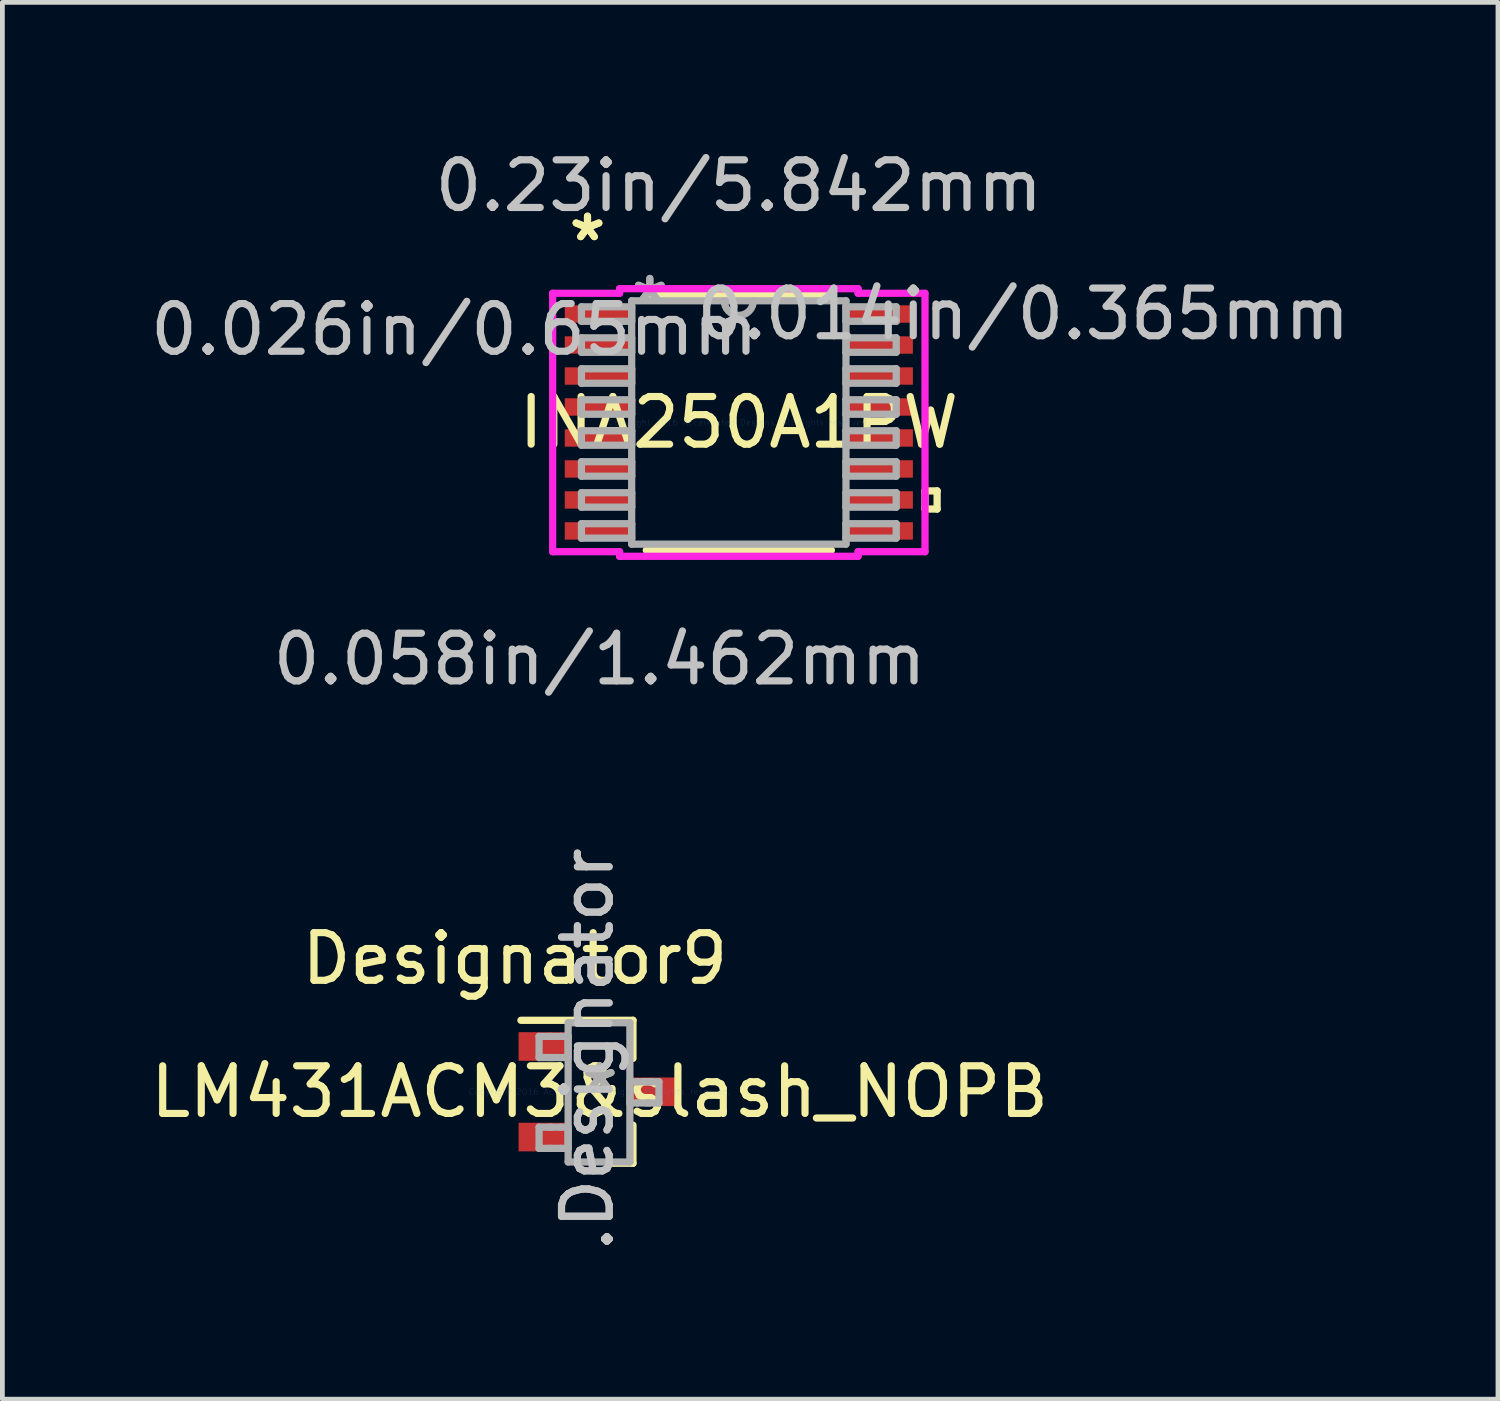
<source format=kicad_pcb>
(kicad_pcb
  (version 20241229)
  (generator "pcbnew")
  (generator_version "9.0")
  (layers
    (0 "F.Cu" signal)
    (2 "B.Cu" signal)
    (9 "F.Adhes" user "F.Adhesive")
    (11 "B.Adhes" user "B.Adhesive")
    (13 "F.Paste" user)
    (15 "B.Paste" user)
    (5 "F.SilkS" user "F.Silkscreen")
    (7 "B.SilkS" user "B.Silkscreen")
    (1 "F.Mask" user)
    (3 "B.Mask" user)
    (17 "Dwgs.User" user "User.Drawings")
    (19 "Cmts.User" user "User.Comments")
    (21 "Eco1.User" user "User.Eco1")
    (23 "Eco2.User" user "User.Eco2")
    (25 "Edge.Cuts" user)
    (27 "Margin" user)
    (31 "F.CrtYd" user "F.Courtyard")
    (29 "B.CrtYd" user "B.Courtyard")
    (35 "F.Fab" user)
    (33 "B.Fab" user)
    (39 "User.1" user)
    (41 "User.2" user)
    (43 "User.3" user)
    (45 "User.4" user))
  (footprint "LM431ACM3&slash_NOPB"
    (layer "F.Cu")
    (at 9.53 19.856)
    (property "Reference" "LM431ACM3&slash_NOPB" (at 0 0 0) (layer "F.SilkS") (effects (font (size 1 1) (thickness 0.15))))
    (attr through_hole)
    (fp_line (start -1.651 -1.5) (end 0.7 -1.5) (stroke (width 0.152) (type solid)) (layer "F.SilkS"))
    (fp_line (start 0.2 1.5) (end 0.7 1.5) (stroke (width 0.152) (type solid)) (layer "F.SilkS"))
    (fp_line (start 0.7 -0.7) (end 0.7 -1.5) (stroke (width 0.152) (type solid)) (layer "F.SilkS"))
    (fp_line (start 0.7 1.5) (end 0.7 0.7) (stroke (width 0.152) (type solid)) (layer "F.SilkS"))
    (fp_line (start -1.27 -1.162) (end -1.063 -1.162) (stroke (width 0.152) (type solid)) (layer "F.Fab"))
    (fp_line (start -1.27 -0.718) (end -1.27 -1.162) (stroke (width 0.152) (type solid)) (layer "F.Fab"))
    (fp_line (start -1.27 -0.718) (end -1.063 -0.718) (stroke (width 0.152) (type solid)) (layer "F.Fab"))
    (fp_line (start -1.27 0.743) (end -1.063 0.743) (stroke (width 0.152) (type solid)) (layer "F.Fab"))
    (fp_line (start -1.27 1.187) (end -1.27 0.743) (stroke (width 0.152) (type solid)) (layer "F.Fab"))
    (fp_line (start -1.27 1.187) (end -1.063 1.187) (stroke (width 0.152) (type solid)) (layer "F.Fab"))
    (fp_line (start -1.063 -1.162) (end -1.005 -1.162) (stroke (width 0.152) (type solid)) (layer "F.Fab"))
    (fp_line (start -1.063 -0.718) (end -1.005 -0.718) (stroke (width 0.152) (type solid)) (layer "F.Fab"))
    (fp_line (start -1.063 0.743) (end -1.005 0.743) (stroke (width 0.152) (type solid)) (layer "F.Fab"))
    (fp_line (start -1.063 1.187) (end -1.005 1.187) (stroke (width 0.152) (type solid)) (layer "F.Fab"))
    (fp_line (start -1.005 -1.162) (end -0.814 -1.162) (stroke (width 0.152) (type solid)) (layer "F.Fab"))
    (fp_line (start -1.005 -0.718) (end -0.814 -0.718) (stroke (width 0.152) (type solid)) (layer "F.Fab"))
    (fp_line (start -1.005 0.743) (end -0.814 0.743) (stroke (width 0.152) (type solid)) (layer "F.Fab"))
    (fp_line (start -1.005 1.187) (end -0.814 1.187) (stroke (width 0.152) (type solid)) (layer "F.Fab"))
    (fp_line (start -0.814 -1.162) (end -0.66 -1.162) (stroke (width 0.152) (type solid)) (layer "F.Fab"))
    (fp_line (start -0.814 -0.718) (end -0.66 -0.718) (stroke (width 0.152) (type solid)) (layer "F.Fab"))
    (fp_line (start -0.814 0.743) (end -0.66 0.743) (stroke (width 0.152) (type solid)) (layer "F.Fab"))
    (fp_line (start -0.814 1.187) (end -0.66 1.187) (stroke (width 0.152) (type solid)) (layer "F.Fab"))
    (fp_line (start -0.66 -1.448) (end 0.635 -1.448) (stroke (width 0.152) (type solid)) (layer "F.Fab"))
    (fp_line (start -0.66 -0.718) (end -0.66 -1.162) (stroke (width 0.152) (type solid)) (layer "F.Fab"))
    (fp_line (start -0.66 1.187) (end -0.66 0.743) (stroke (width 0.152) (type solid)) (layer "F.Fab"))
    (fp_line (start -0.66 1.473) (end -0.66 -1.448) (stroke (width 0.152) (type solid)) (layer "F.Fab"))
    (fp_line (start -0.66 1.473) (end 0.635 1.473) (stroke (width 0.152) (type solid)) (layer "F.Fab"))
    (fp_line (start 0.635 -0.21) (end 0.789 -0.21) (stroke (width 0.152) (type solid)) (layer "F.Fab"))
    (fp_line (start 0.635 0.235) (end 0.635 -0.21) (stroke (width 0.152) (type solid)) (layer "F.Fab"))
    (fp_line (start 0.635 0.235) (end 0.789 0.235) (stroke (width 0.152) (type solid)) (layer "F.Fab"))
    (fp_line (start 0.635 1.473) (end 0.635 -1.448) (stroke (width 0.152) (type solid)) (layer "F.Fab"))
    (fp_line (start 0.789 -0.21) (end 0.98 -0.21) (stroke (width 0.152) (type solid)) (layer "F.Fab"))
    (fp_line (start 0.789 0.235) (end 0.98 0.235) (stroke (width 0.152) (type solid)) (layer "F.Fab"))
    (fp_line (start 0.98 -0.21) (end 1.037 -0.21) (stroke (width 0.152) (type solid)) (layer "F.Fab"))
    (fp_line (start 0.98 0.235) (end 1.037 0.235) (stroke (width 0.152) (type solid)) (layer "F.Fab"))
    (fp_line (start 1.037 -0.21) (end 1.245 -0.21) (stroke (width 0.152) (type solid)) (layer "F.Fab"))
    (fp_line (start 1.037 0.235) (end 1.245 0.235) (stroke (width 0.152) (type solid)) (layer "F.Fab"))
    (fp_line (start 1.245 0.235) (end 1.245 -0.21) (stroke (width 0.152) (type solid)) (layer "F.Fab"))
    (fp_text user "*" (at 0 0 0) (layer "F.SilkS") (effects (font (size 1 1) (thickness 0.15))))
    (fp_text user "Designator9" (at -1.778 -2.794 0) (layer "F.SilkS") (effects (font (size 1 1) (thickness 0.15))))
    (fp_text user ".Designator" (at -0.254 -0.889 270) (layer "Dwgs.User") (effects (font (size 1 1) (thickness 0.15))))
    (fp_text user "Copyright 2016 Accelerated Designs. All rights reserved." (at 0 0 0) (layer "Cmts.User") (effects (font (size 0.127 0.127) (thickness 0.002))))
    (fp_text user ".Designator" (at -0.254 -0.889 270) (layer "F.Fab") (effects (font (size 1 1) (thickness 0.15))))
    (fp_text user "*" (at 0 0 0) (layer "F.Fab") (effects (font (size 1 1) (thickness 0.15))))
    (pad "1" smd rect (at -1.2 -0.95 90) (size 0.6 1) (layers "F.Cu" "F.Mask" "F.Paste"))
    (pad "2" smd rect (at -1.2 0.95 90) (size 0.6 1) (layers "F.Cu" "F.Mask" "F.Paste"))
    (pad "3" smd rect (at 1.2 0 90) (size 0.6 1) (layers "F.Cu" "F.Mask" "F.Paste")))
  (footprint "INA250A1PW"
    (layer "F.Cu")
    (at 12.451 5.814)
    (property "Reference" "INA250A1PW" (at 0 0 0) (layer "F.SilkS") (effects (font (size 1 1) (thickness 0.15))))
    (attr through_hole)
    (fp_line (start -1.942 2.68) (end 1.942 2.68) (stroke (width 0.152) (type solid)) (layer "F.SilkS"))
    (fp_line (start 1.942 -2.68) (end -1.942 -2.68) (stroke (width 0.152) (type solid)) (layer "F.SilkS"))
    (fp_line (start 3.906 1.435) (end 4.16 1.435) (stroke (width 0.152) (type solid)) (layer "F.SilkS"))
    (fp_line (start 3.906 1.816) (end 3.906 1.435) (stroke (width 0.152) (type solid)) (layer "F.SilkS"))
    (fp_line (start 4.16 1.435) (end 4.16 1.816) (stroke (width 0.152) (type solid)) (layer "F.SilkS"))
    (fp_line (start 4.16 1.816) (end 3.906 1.816) (stroke (width 0.152) (type solid)) (layer "F.SilkS"))
    (fp_line (start -3.906 -2.711) (end -2.502 -2.711) (stroke (width 0.152) (type solid)) (layer "F.CrtYd"))
    (fp_line (start -3.906 2.711) (end -3.906 -2.711) (stroke (width 0.152) (type solid)) (layer "F.CrtYd"))
    (fp_line (start -2.502 -2.807) (end 2.502 -2.807) (stroke (width 0.152) (type solid)) (layer "F.CrtYd"))
    (fp_line (start -2.502 -2.711) (end -2.502 -2.807) (stroke (width 0.152) (type solid)) (layer "F.CrtYd"))
    (fp_line (start -2.502 2.711) (end -3.906 2.711) (stroke (width 0.152) (type solid)) (layer "F.CrtYd"))
    (fp_line (start -2.502 2.807) (end -2.502 2.711) (stroke (width 0.152) (type solid)) (layer "F.CrtYd"))
    (fp_line (start 2.502 -2.807) (end 2.502 -2.711) (stroke (width 0.152) (type solid)) (layer "F.CrtYd"))
    (fp_line (start 2.502 -2.711) (end 3.906 -2.711) (stroke (width 0.152) (type solid)) (layer "F.CrtYd"))
    (fp_line (start 2.502 2.711) (end 2.502 2.807) (stroke (width 0.152) (type solid)) (layer "F.CrtYd"))
    (fp_line (start 2.502 2.807) (end -2.502 2.807) (stroke (width 0.152) (type solid)) (layer "F.CrtYd"))
    (fp_line (start 3.906 -2.711) (end 3.906 2.711) (stroke (width 0.152) (type solid)) (layer "F.CrtYd"))
    (fp_line (start 3.906 2.711) (end 2.502 2.711) (stroke (width 0.152) (type solid)) (layer "F.CrtYd"))
    (fp_line (start -3.302 -2.427) (end -3.302 -2.123) (stroke (width 0.152) (type solid)) (layer "F.Fab"))
    (fp_line (start -3.302 -2.123) (end -2.248 -2.123) (stroke (width 0.152) (type solid)) (layer "F.Fab"))
    (fp_line (start -3.302 -1.777) (end -3.302 -1.473) (stroke (width 0.152) (type solid)) (layer "F.Fab"))
    (fp_line (start -3.302 -1.473) (end -2.248 -1.473) (stroke (width 0.152) (type solid)) (layer "F.Fab"))
    (fp_line (start -3.302 -1.127) (end -3.302 -0.823) (stroke (width 0.152) (type solid)) (layer "F.Fab"))
    (fp_line (start -3.302 -0.823) (end -2.248 -0.823) (stroke (width 0.152) (type solid)) (layer "F.Fab"))
    (fp_line (start -3.302 -0.477) (end -3.302 -0.173) (stroke (width 0.152) (type solid)) (layer "F.Fab"))
    (fp_line (start -3.302 -0.173) (end -2.248 -0.173) (stroke (width 0.152) (type solid)) (layer "F.Fab"))
    (fp_line (start -3.302 0.173) (end -3.302 0.477) (stroke (width 0.152) (type solid)) (layer "F.Fab"))
    (fp_line (start -3.302 0.477) (end -2.248 0.477) (stroke (width 0.152) (type solid)) (layer "F.Fab"))
    (fp_line (start -3.302 0.823) (end -3.302 1.127) (stroke (width 0.152) (type solid)) (layer "F.Fab"))
    (fp_line (start -3.302 1.127) (end -2.248 1.127) (stroke (width 0.152) (type solid)) (layer "F.Fab"))
    (fp_line (start -3.302 1.473) (end -3.302 1.777) (stroke (width 0.152) (type solid)) (layer "F.Fab"))
    (fp_line (start -3.302 1.777) (end -2.248 1.777) (stroke (width 0.152) (type solid)) (layer "F.Fab"))
    (fp_line (start -3.302 2.123) (end -3.302 2.427) (stroke (width 0.152) (type solid)) (layer "F.Fab"))
    (fp_line (start -3.302 2.427) (end -2.248 2.427) (stroke (width 0.152) (type solid)) (layer "F.Fab"))
    (fp_line (start -2.248 -2.553) (end -2.248 2.553) (stroke (width 0.152) (type solid)) (layer "F.Fab"))
    (fp_line (start -2.248 -2.427) (end -3.302 -2.427) (stroke (width 0.152) (type solid)) (layer "F.Fab"))
    (fp_line (start -2.248 -2.123) (end -2.248 -2.427) (stroke (width 0.152) (type solid)) (layer "F.Fab"))
    (fp_line (start -2.248 -1.777) (end -3.302 -1.777) (stroke (width 0.152) (type solid)) (layer "F.Fab"))
    (fp_line (start -2.248 -1.473) (end -2.248 -1.777) (stroke (width 0.152) (type solid)) (layer "F.Fab"))
    (fp_line (start -2.248 -1.127) (end -3.302 -1.127) (stroke (width 0.152) (type solid)) (layer "F.Fab"))
    (fp_line (start -2.248 -0.823) (end -2.248 -1.127) (stroke (width 0.152) (type solid)) (layer "F.Fab"))
    (fp_line (start -2.248 -0.477) (end -3.302 -0.477) (stroke (width 0.152) (type solid)) (layer "F.Fab"))
    (fp_line (start -2.248 -0.173) (end -2.248 -0.477) (stroke (width 0.152) (type solid)) (layer "F.Fab"))
    (fp_line (start -2.248 0.173) (end -3.302 0.173) (stroke (width 0.152) (type solid)) (layer "F.Fab"))
    (fp_line (start -2.248 0.477) (end -2.248 0.173) (stroke (width 0.152) (type solid)) (layer "F.Fab"))
    (fp_line (start -2.248 0.823) (end -3.302 0.823) (stroke (width 0.152) (type solid)) (layer "F.Fab"))
    (fp_line (start -2.248 1.127) (end -2.248 0.823) (stroke (width 0.152) (type solid)) (layer "F.Fab"))
    (fp_line (start -2.248 1.473) (end -3.302 1.473) (stroke (width 0.152) (type solid)) (layer "F.Fab"))
    (fp_line (start -2.248 1.777) (end -2.248 1.473) (stroke (width 0.152) (type solid)) (layer "F.Fab"))
    (fp_line (start -2.248 2.123) (end -3.302 2.123) (stroke (width 0.152) (type solid)) (layer "F.Fab"))
    (fp_line (start -2.248 2.427) (end -2.248 2.123) (stroke (width 0.152) (type solid)) (layer "F.Fab"))
    (fp_line (start -2.248 2.553) (end 2.248 2.553) (stroke (width 0.152) (type solid)) (layer "F.Fab"))
    (fp_line (start 2.248 -2.553) (end -2.248 -2.553) (stroke (width 0.152) (type solid)) (layer "F.Fab"))
    (fp_line (start 2.248 -2.427) (end 2.248 -2.123) (stroke (width 0.152) (type solid)) (layer "F.Fab"))
    (fp_line (start 2.248 -2.123) (end 3.302 -2.123) (stroke (width 0.152) (type solid)) (layer "F.Fab"))
    (fp_line (start 2.248 -1.777) (end 2.248 -1.473) (stroke (width 0.152) (type solid)) (layer "F.Fab"))
    (fp_line (start 2.248 -1.473) (end 3.302 -1.473) (stroke (width 0.152) (type solid)) (layer "F.Fab"))
    (fp_line (start 2.248 -1.127) (end 2.248 -0.823) (stroke (width 0.152) (type solid)) (layer "F.Fab"))
    (fp_line (start 2.248 -0.823) (end 3.302 -0.823) (stroke (width 0.152) (type solid)) (layer "F.Fab"))
    (fp_line (start 2.248 -0.477) (end 2.248 -0.173) (stroke (width 0.152) (type solid)) (layer "F.Fab"))
    (fp_line (start 2.248 -0.173) (end 3.302 -0.173) (stroke (width 0.152) (type solid)) (layer "F.Fab"))
    (fp_line (start 2.248 0.173) (end 2.248 0.477) (stroke (width 0.152) (type solid)) (layer "F.Fab"))
    (fp_line (start 2.248 0.477) (end 3.302 0.477) (stroke (width 0.152) (type solid)) (layer "F.Fab"))
    (fp_line (start 2.248 0.823) (end 2.248 1.127) (stroke (width 0.152) (type solid)) (layer "F.Fab"))
    (fp_line (start 2.248 1.127) (end 3.302 1.127) (stroke (width 0.152) (type solid)) (layer "F.Fab"))
    (fp_line (start 2.248 1.473) (end 2.248 1.777) (stroke (width 0.152) (type solid)) (layer "F.Fab"))
    (fp_line (start 2.248 1.777) (end 3.302 1.777) (stroke (width 0.152) (type solid)) (layer "F.Fab"))
    (fp_line (start 2.248 2.123) (end 2.248 2.427) (stroke (width 0.152) (type solid)) (layer "F.Fab"))
    (fp_line (start 2.248 2.427) (end 3.302 2.427) (stroke (width 0.152) (type solid)) (layer "F.Fab"))
    (fp_line (start 2.248 2.553) (end 2.248 -2.553) (stroke (width 0.152) (type solid)) (layer "F.Fab"))
    (fp_line (start 3.302 -2.427) (end 2.248 -2.427) (stroke (width 0.152) (type solid)) (layer "F.Fab"))
    (fp_line (start 3.302 -2.123) (end 3.302 -2.427) (stroke (width 0.152) (type solid)) (layer "F.Fab"))
    (fp_line (start 3.302 -1.777) (end 2.248 -1.777) (stroke (width 0.152) (type solid)) (layer "F.Fab"))
    (fp_line (start 3.302 -1.473) (end 3.302 -1.777) (stroke (width 0.152) (type solid)) (layer "F.Fab"))
    (fp_line (start 3.302 -1.127) (end 2.248 -1.127) (stroke (width 0.152) (type solid)) (layer "F.Fab"))
    (fp_line (start 3.302 -0.823) (end 3.302 -1.127) (stroke (width 0.152) (type solid)) (layer "F.Fab"))
    (fp_line (start 3.302 -0.477) (end 2.248 -0.477) (stroke (width 0.152) (type solid)) (layer "F.Fab"))
    (fp_line (start 3.302 -0.173) (end 3.302 -0.477) (stroke (width 0.152) (type solid)) (layer "F.Fab"))
    (fp_line (start 3.302 0.173) (end 2.248 0.173) (stroke (width 0.152) (type solid)) (layer "F.Fab"))
    (fp_line (start 3.302 0.477) (end 3.302 0.173) (stroke (width 0.152) (type solid)) (layer "F.Fab"))
    (fp_line (start 3.302 0.823) (end 2.248 0.823) (stroke (width 0.152) (type solid)) (layer "F.Fab"))
    (fp_line (start 3.302 1.127) (end 3.302 0.823) (stroke (width 0.152) (type solid)) (layer "F.Fab"))
    (fp_line (start 3.302 1.473) (end 2.248 1.473) (stroke (width 0.152) (type solid)) (layer "F.Fab"))
    (fp_line (start 3.302 1.777) (end 3.302 1.473) (stroke (width 0.152) (type solid)) (layer "F.Fab"))
    (fp_line (start 3.302 2.123) (end 2.248 2.123) (stroke (width 0.152) (type solid)) (layer "F.Fab"))
    (fp_line (start 3.302 2.427) (end 3.302 2.123) (stroke (width 0.152) (type solid)) (layer "F.Fab"))
    (fp_arc (start 0.3048 -2.5527) (mid 0 -2.2479) (end -0.3048 -2.5527) (stroke (width 0.1524) (type solid)) (layer "F.Fab"))
    (fp_text user "*" (at -3.175 -3.783 0) (layer "F.SilkS") (effects (font (size 1 1) (thickness 0.15))))
    (fp_text user "*" (at -3.175 -3.783 0) (layer "F.SilkS") (effects (font (size 1 1) (thickness 0.15))))
    (fp_text user "0.014in/0.365mm" (at 5.969 -2.275 0) (layer "Dwgs.User") (effects (font (size 1 1) (thickness 0.15))))
    (fp_text user "0.23in/5.842mm" (at 0 -4.966 0) (layer "Dwgs.User") (effects (font (size 1 1) (thickness 0.15))))
    (fp_text user "0.026in/0.65mm" (at -5.969 -1.95 0) (layer "Dwgs.User") (effects (font (size 1 1) (thickness 0.15))))
    (fp_text user "0.058in/1.462mm" (at -2.921 4.966 0) (layer "Dwgs.User") (effects (font (size 1 1) (thickness 0.15))))
    (fp_text user "Copyright 2016 Accelerated Designs. All rights reserved." (at 0 0 0) (layer "Cmts.User") (effects (font (size 0.127 0.127) (thickness 0.002))))
    (fp_text user "*" (at -1.867 -2.477 0) (layer "F.Fab") (effects (font (size 1 1) (thickness 0.15))))
    (fp_text user "*" (at -1.867 -2.477 0) (layer "F.Fab") (effects (font (size 1 1) (thickness 0.15))))
    (pad "1" smd rect (at -2.921 -2.275) (size 1.462 0.365) (layers "F.Cu" "F.Mask" "F.Paste"))
    (pad "2" smd rect (at -2.921 -1.625) (size 1.462 0.365) (layers "F.Cu" "F.Mask" "F.Paste"))
    (pad "3" smd rect (at -2.921 -0.975) (size 1.462 0.365) (layers "F.Cu" "F.Mask" "F.Paste"))
    (pad "4" smd rect (at -2.921 -0.325) (size 1.462 0.365) (layers "F.Cu" "F.Mask" "F.Paste"))
    (pad "5" smd rect (at -2.921 0.325) (size 1.462 0.365) (layers "F.Cu" "F.Mask" "F.Paste"))
    (pad "6" smd rect (at -2.921 0.975) (size 1.462 0.365) (layers "F.Cu" "F.Mask" "F.Paste"))
    (pad "7" smd rect (at -2.921 1.625) (size 1.462 0.365) (layers "F.Cu" "F.Mask" "F.Paste"))
    (pad "8" smd rect (at -2.921 2.275) (size 1.462 0.365) (layers "F.Cu" "F.Mask" "F.Paste"))
    (pad "9" smd rect (at 2.921 2.275) (size 1.462 0.365) (layers "F.Cu" "F.Mask" "F.Paste"))
    (pad "10" smd rect (at 2.921 1.625) (size 1.462 0.365) (layers "F.Cu" "F.Mask" "F.Paste"))
    (pad "11" smd rect (at 2.921 0.975) (size 1.462 0.365) (layers "F.Cu" "F.Mask" "F.Paste"))
    (pad "12" smd rect (at 2.921 0.325) (size 1.462 0.365) (layers "F.Cu" "F.Mask" "F.Paste"))
    (pad "13" smd rect (at 2.921 -0.325) (size 1.462 0.365) (layers "F.Cu" "F.Mask" "F.Paste"))
    (pad "14" smd rect (at 2.921 -0.975) (size 1.462 0.365) (layers "F.Cu" "F.Mask" "F.Paste"))
    (pad "15" smd rect (at 2.921 -1.625) (size 1.462 0.365) (layers "F.Cu" "F.Mask" "F.Paste"))
    (pad "16" smd rect (at 2.921 -2.275) (size 1.462 0.365) (layers "F.Cu" "F.Mask" "F.Paste")))
  (gr_rect
    (start -3 -3)
    (end 28.378 26.306)
    (stroke (width 0.1) (type default))
    (fill no)
    (layer "Edge.Cuts")))
</source>
